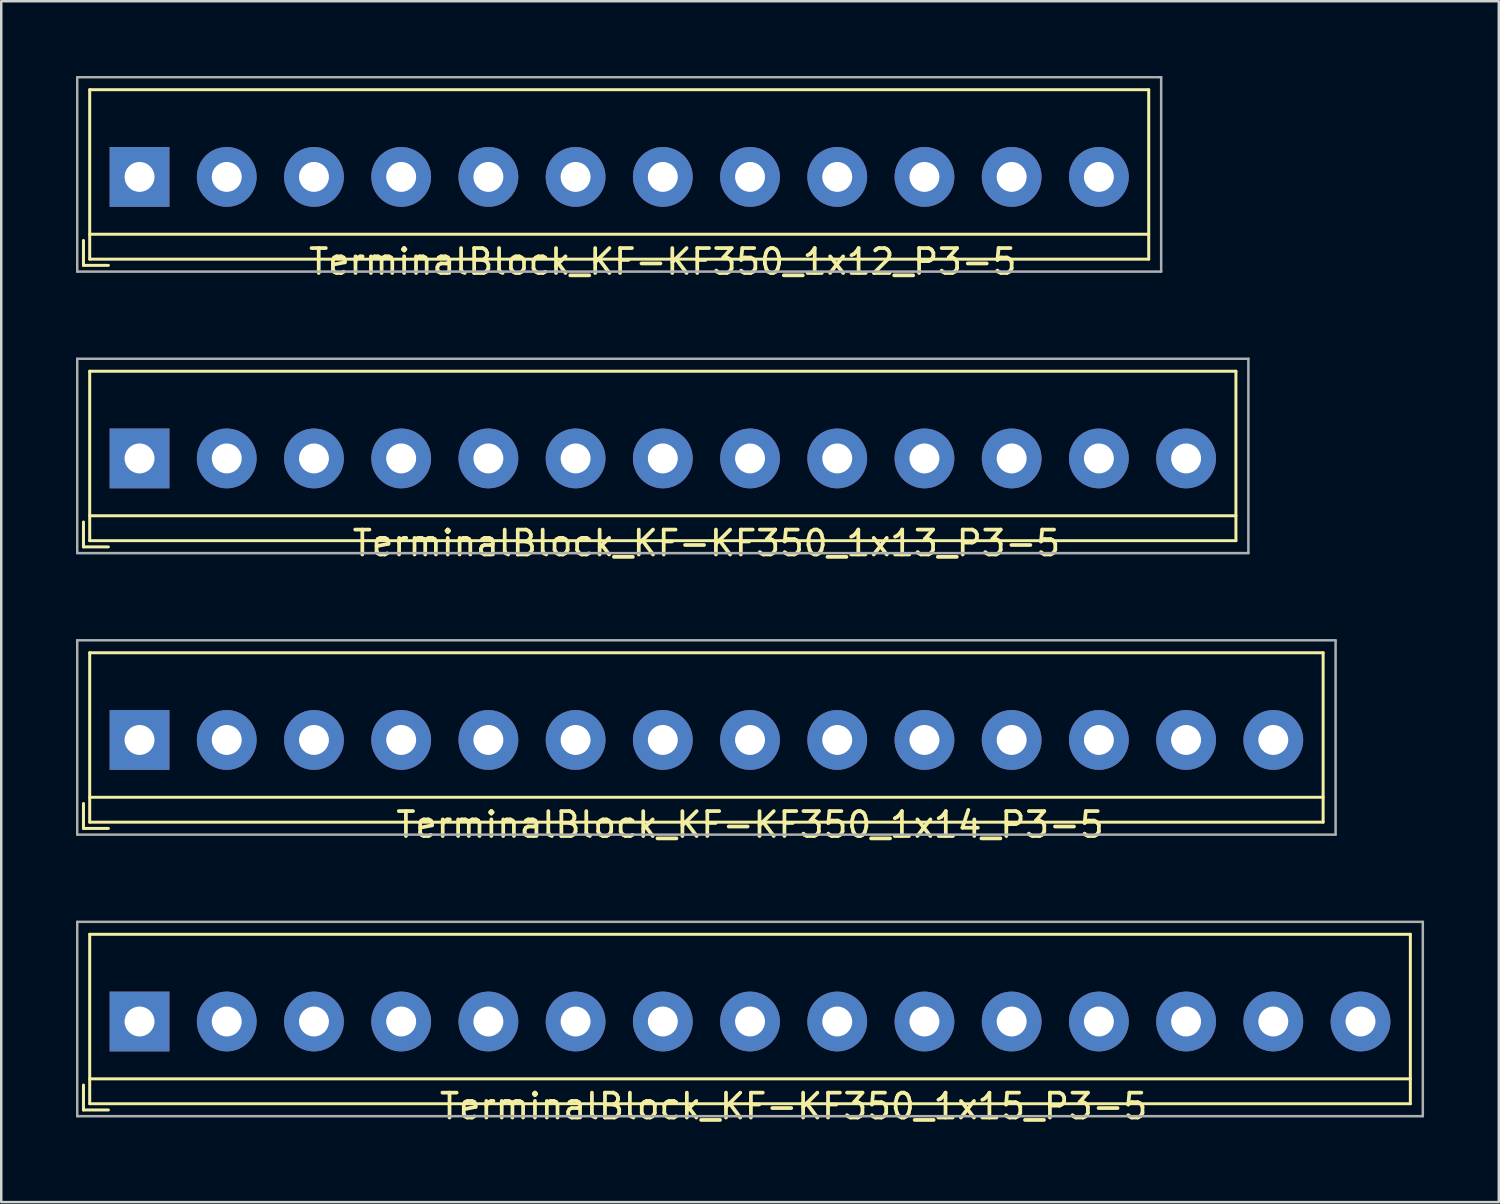
<source format=kicad_pcb>
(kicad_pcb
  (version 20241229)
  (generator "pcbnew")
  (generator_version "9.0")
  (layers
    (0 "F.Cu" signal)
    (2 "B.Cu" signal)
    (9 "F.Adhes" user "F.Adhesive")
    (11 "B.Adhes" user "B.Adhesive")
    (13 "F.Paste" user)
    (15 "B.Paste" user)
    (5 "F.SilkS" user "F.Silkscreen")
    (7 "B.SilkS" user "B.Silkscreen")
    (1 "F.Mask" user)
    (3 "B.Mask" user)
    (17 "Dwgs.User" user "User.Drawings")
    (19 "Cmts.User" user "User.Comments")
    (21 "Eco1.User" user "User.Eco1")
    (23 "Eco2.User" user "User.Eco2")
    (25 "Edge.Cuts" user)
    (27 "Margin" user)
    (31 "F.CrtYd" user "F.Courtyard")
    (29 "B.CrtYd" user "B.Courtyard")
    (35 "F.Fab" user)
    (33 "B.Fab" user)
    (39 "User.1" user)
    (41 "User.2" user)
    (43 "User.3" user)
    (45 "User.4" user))
  (footprint "TerminalBlock_KF-KF350_1x13_P3-5"
    (layer "F.Cu")
    (at 2.55 15.348)
    (property "Reference" "TerminalBlock_KF-KF350_1x13_P3-5" (at 22.75 3.4 0) (layer "F.SilkS") (effects (font (size 1 1) (thickness 0.15))))
    (attr through_hole)
    (fp_line (start -2.25 3.55) (end -2.25 2.55) (stroke (width 0.12) (type solid)) (layer "F.SilkS"))
    (fp_line (start -2.25 3.55) (end -1.25 3.55) (stroke (width 0.12) (type solid)) (layer "F.SilkS"))
    (fp_line (start -2 -3.5) (end 44 -3.5) (stroke (width 0.12) (type solid)) (layer "F.SilkS"))
    (fp_line (start -2 2.3) (end 44 2.3) (stroke (width 0.12) (type solid)) (layer "F.SilkS"))
    (fp_line (start -2 3.3) (end -2 -3.5) (stroke (width 0.12) (type solid)) (layer "F.SilkS"))
    (fp_line (start 44 3.3) (end -2 3.3) (stroke (width 0.12) (type solid)) (layer "F.SilkS"))
    (fp_line (start 44 3.3) (end 44 -3.5) (stroke (width 0.12) (type solid)) (layer "F.SilkS"))
    (fp_line (start -2.5 -4) (end 44.5 -4) (stroke (width 0.1) (type solid)) (layer "F.Fab"))
    (fp_line (start -2.5 3.8) (end -2.5 -4) (stroke (width 0.1) (type solid)) (layer "F.Fab"))
    (fp_line (start 44.5 3.8) (end -2.5 3.8) (stroke (width 0.1) (type solid)) (layer "F.Fab"))
    (fp_line (start 44.5 3.8) (end 44.5 -4) (stroke (width 0.1) (type solid)) (layer "F.Fab"))
    (pad "1" thru_hole rect (at 0 0) (size 2.4 2.4) (drill 1.2) (layers "*.Cu" "*.Mask"))
    (pad "2" thru_hole circle (at 3.5 0) (size 2.4 2.4) (drill 1.2) (layers "*.Cu" "*.Mask"))
    (pad "3" thru_hole circle (at 7 0) (size 2.4 2.4) (drill 1.2) (layers "*.Cu" "*.Mask"))
    (pad "4" thru_hole circle (at 10.5 0) (size 2.4 2.4) (drill 1.2) (layers "*.Cu" "*.Mask"))
    (pad "5" thru_hole circle (at 14 0) (size 2.4 2.4) (drill 1.2) (layers "*.Cu" "*.Mask"))
    (pad "6" thru_hole circle (at 17.5 0) (size 2.4 2.4) (drill 1.2) (layers "*.Cu" "*.Mask"))
    (pad "7" thru_hole circle (at 21 0) (size 2.4 2.4) (drill 1.2) (layers "*.Cu" "*.Mask"))
    (pad "8" thru_hole circle (at 24.5 0) (size 2.4 2.4) (drill 1.2) (layers "*.Cu" "*.Mask"))
    (pad "9" thru_hole circle (at 28 0) (size 2.4 2.4) (drill 1.2) (layers "*.Cu" "*.Mask"))
    (pad "10" thru_hole circle (at 31.5 0) (size 2.4 2.4) (drill 1.2) (layers "*.Cu" "*.Mask"))
    (pad "11" thru_hole circle (at 35 0) (size 2.4 2.4) (drill 1.2) (layers "*.Cu" "*.Mask"))
    (pad "12" thru_hole circle (at 38.5 0) (size 2.4 2.4) (drill 1.2) (layers "*.Cu" "*.Mask"))
    (pad "13" thru_hole circle (at 42 0) (size 2.4 2.4) (drill 1.2) (layers "*.Cu" "*.Mask")))
  (footprint "TerminalBlock_KF-KF350_1x12_P3-5"
    (layer "F.Cu")
    (at 2.55 4.05)
    (property "Reference" "TerminalBlock_KF-KF350_1x12_P3-5" (at 21 3.4 0) (layer "F.SilkS") (effects (font (size 1 1) (thickness 0.15))))
    (attr through_hole)
    (fp_line (start -2.25 3.55) (end -2.25 2.55) (stroke (width 0.12) (type solid)) (layer "F.SilkS"))
    (fp_line (start -2.25 3.55) (end -1.25 3.55) (stroke (width 0.12) (type solid)) (layer "F.SilkS"))
    (fp_line (start -2 -3.5) (end 40.5 -3.5) (stroke (width 0.12) (type solid)) (layer "F.SilkS"))
    (fp_line (start -2 2.3) (end 40.5 2.3) (stroke (width 0.12) (type solid)) (layer "F.SilkS"))
    (fp_line (start -2 3.3) (end -2 -3.5) (stroke (width 0.12) (type solid)) (layer "F.SilkS"))
    (fp_line (start 40.5 3.3) (end -2 3.3) (stroke (width 0.12) (type solid)) (layer "F.SilkS"))
    (fp_line (start 40.5 3.3) (end 40.5 -3.5) (stroke (width 0.12) (type solid)) (layer "F.SilkS"))
    (fp_line (start -2.5 -4) (end 41 -4) (stroke (width 0.1) (type solid)) (layer "F.Fab"))
    (fp_line (start -2.5 3.8) (end -2.5 -4) (stroke (width 0.1) (type solid)) (layer "F.Fab"))
    (fp_line (start 41 3.8) (end -2.5 3.8) (stroke (width 0.1) (type solid)) (layer "F.Fab"))
    (fp_line (start 41 3.8) (end 41 -4) (stroke (width 0.1) (type solid)) (layer "F.Fab"))
    (pad "1" thru_hole rect (at 0 0) (size 2.4 2.4) (drill 1.2) (layers "*.Cu" "*.Mask"))
    (pad "2" thru_hole circle (at 3.5 0) (size 2.4 2.4) (drill 1.2) (layers "*.Cu" "*.Mask"))
    (pad "3" thru_hole circle (at 7 0) (size 2.4 2.4) (drill 1.2) (layers "*.Cu" "*.Mask"))
    (pad "4" thru_hole circle (at 10.5 0) (size 2.4 2.4) (drill 1.2) (layers "*.Cu" "*.Mask"))
    (pad "5" thru_hole circle (at 14 0) (size 2.4 2.4) (drill 1.2) (layers "*.Cu" "*.Mask"))
    (pad "6" thru_hole circle (at 17.5 0) (size 2.4 2.4) (drill 1.2) (layers "*.Cu" "*.Mask"))
    (pad "7" thru_hole circle (at 21 0) (size 2.4 2.4) (drill 1.2) (layers "*.Cu" "*.Mask"))
    (pad "8" thru_hole circle (at 24.5 0) (size 2.4 2.4) (drill 1.2) (layers "*.Cu" "*.Mask"))
    (pad "9" thru_hole circle (at 28 0) (size 2.4 2.4) (drill 1.2) (layers "*.Cu" "*.Mask"))
    (pad "10" thru_hole circle (at 31.5 0) (size 2.4 2.4) (drill 1.2) (layers "*.Cu" "*.Mask"))
    (pad "11" thru_hole circle (at 35 0) (size 2.4 2.4) (drill 1.2) (layers "*.Cu" "*.Mask"))
    (pad "12" thru_hole circle (at 38.5 0) (size 2.4 2.4) (drill 1.2) (layers "*.Cu" "*.Mask")))
  (footprint "TerminalBlock_KF-KF350_1x15_P3-5"
    (layer "F.Cu")
    (at 2.55 37.945)
    (property "Reference" "TerminalBlock_KF-KF350_1x15_P3-5" (at 26.25 3.4 0) (layer "F.SilkS") (effects (font (size 1 1) (thickness 0.15))))
    (attr through_hole)
    (fp_line (start -2.25 3.55) (end -2.25 2.55) (stroke (width 0.12) (type solid)) (layer "F.SilkS"))
    (fp_line (start -2.25 3.55) (end -1.25 3.55) (stroke (width 0.12) (type solid)) (layer "F.SilkS"))
    (fp_line (start -2 -3.5) (end 51 -3.5) (stroke (width 0.12) (type solid)) (layer "F.SilkS"))
    (fp_line (start -2 2.3) (end 51 2.3) (stroke (width 0.12) (type solid)) (layer "F.SilkS"))
    (fp_line (start -2 3.3) (end -2 -3.5) (stroke (width 0.12) (type solid)) (layer "F.SilkS"))
    (fp_line (start 51 3.3) (end -2 3.3) (stroke (width 0.12) (type solid)) (layer "F.SilkS"))
    (fp_line (start 51 3.3) (end 51 -3.5) (stroke (width 0.12) (type solid)) (layer "F.SilkS"))
    (fp_line (start -2.5 -4) (end 51.5 -4) (stroke (width 0.1) (type solid)) (layer "F.Fab"))
    (fp_line (start -2.5 3.8) (end -2.5 -4) (stroke (width 0.1) (type solid)) (layer "F.Fab"))
    (fp_line (start 51.5 3.8) (end -2.5 3.8) (stroke (width 0.1) (type solid)) (layer "F.Fab"))
    (fp_line (start 51.5 3.8) (end 51.5 -4) (stroke (width 0.1) (type solid)) (layer "F.Fab"))
    (pad "1" thru_hole rect (at 0 0) (size 2.4 2.4) (drill 1.2) (layers "*.Cu" "*.Mask"))
    (pad "2" thru_hole circle (at 3.5 0) (size 2.4 2.4) (drill 1.2) (layers "*.Cu" "*.Mask"))
    (pad "3" thru_hole circle (at 7 0) (size 2.4 2.4) (drill 1.2) (layers "*.Cu" "*.Mask"))
    (pad "4" thru_hole circle (at 10.5 0) (size 2.4 2.4) (drill 1.2) (layers "*.Cu" "*.Mask"))
    (pad "5" thru_hole circle (at 14 0) (size 2.4 2.4) (drill 1.2) (layers "*.Cu" "*.Mask"))
    (pad "6" thru_hole circle (at 17.5 0) (size 2.4 2.4) (drill 1.2) (layers "*.Cu" "*.Mask"))
    (pad "7" thru_hole circle (at 21 0) (size 2.4 2.4) (drill 1.2) (layers "*.Cu" "*.Mask"))
    (pad "8" thru_hole circle (at 24.5 0) (size 2.4 2.4) (drill 1.2) (layers "*.Cu" "*.Mask"))
    (pad "9" thru_hole circle (at 28 0) (size 2.4 2.4) (drill 1.2) (layers "*.Cu" "*.Mask"))
    (pad "10" thru_hole circle (at 31.5 0) (size 2.4 2.4) (drill 1.2) (layers "*.Cu" "*.Mask"))
    (pad "11" thru_hole circle (at 35 0) (size 2.4 2.4) (drill 1.2) (layers "*.Cu" "*.Mask"))
    (pad "12" thru_hole circle (at 38.5 0) (size 2.4 2.4) (drill 1.2) (layers "*.Cu" "*.Mask"))
    (pad "13" thru_hole circle (at 42 0) (size 2.4 2.4) (drill 1.2) (layers "*.Cu" "*.Mask"))
    (pad "14" thru_hole circle (at 45.5 0) (size 2.4 2.4) (drill 1.2) (layers "*.Cu" "*.Mask"))
    (pad "15" thru_hole circle (at 49 0) (size 2.4 2.4) (drill 1.2) (layers "*.Cu" "*.Mask")))
  (footprint "TerminalBlock_KF-KF350_1x14_P3-5"
    (layer "F.Cu")
    (at 2.55 26.646)
    (property "Reference" "TerminalBlock_KF-KF350_1x14_P3-5" (at 24.5 3.4 0) (layer "F.SilkS") (effects (font (size 1 1) (thickness 0.15))))
    (attr through_hole)
    (fp_line (start -2.25 3.55) (end -2.25 2.55) (stroke (width 0.12) (type solid)) (layer "F.SilkS"))
    (fp_line (start -2.25 3.55) (end -1.25 3.55) (stroke (width 0.12) (type solid)) (layer "F.SilkS"))
    (fp_line (start -2 -3.5) (end 47.5 -3.5) (stroke (width 0.12) (type solid)) (layer "F.SilkS"))
    (fp_line (start -2 2.3) (end 47.5 2.3) (stroke (width 0.12) (type solid)) (layer "F.SilkS"))
    (fp_line (start -2 3.3) (end -2 -3.5) (stroke (width 0.12) (type solid)) (layer "F.SilkS"))
    (fp_line (start 47.5 3.3) (end -2 3.3) (stroke (width 0.12) (type solid)) (layer "F.SilkS"))
    (fp_line (start 47.5 3.3) (end 47.5 -3.5) (stroke (width 0.12) (type solid)) (layer "F.SilkS"))
    (fp_line (start -2.5 -4) (end 48 -4) (stroke (width 0.1) (type solid)) (layer "F.Fab"))
    (fp_line (start -2.5 3.8) (end -2.5 -4) (stroke (width 0.1) (type solid)) (layer "F.Fab"))
    (fp_line (start 48 3.8) (end -2.5 3.8) (stroke (width 0.1) (type solid)) (layer "F.Fab"))
    (fp_line (start 48 3.8) (end 48 -4) (stroke (width 0.1) (type solid)) (layer "F.Fab"))
    (pad "1" thru_hole rect (at 0 0) (size 2.4 2.4) (drill 1.2) (layers "*.Cu" "*.Mask"))
    (pad "2" thru_hole circle (at 3.5 0) (size 2.4 2.4) (drill 1.2) (layers "*.Cu" "*.Mask"))
    (pad "3" thru_hole circle (at 7 0) (size 2.4 2.4) (drill 1.2) (layers "*.Cu" "*.Mask"))
    (pad "4" thru_hole circle (at 10.5 0) (size 2.4 2.4) (drill 1.2) (layers "*.Cu" "*.Mask"))
    (pad "5" thru_hole circle (at 14 0) (size 2.4 2.4) (drill 1.2) (layers "*.Cu" "*.Mask"))
    (pad "6" thru_hole circle (at 17.5 0) (size 2.4 2.4) (drill 1.2) (layers "*.Cu" "*.Mask"))
    (pad "7" thru_hole circle (at 21 0) (size 2.4 2.4) (drill 1.2) (layers "*.Cu" "*.Mask"))
    (pad "8" thru_hole circle (at 24.5 0) (size 2.4 2.4) (drill 1.2) (layers "*.Cu" "*.Mask"))
    (pad "9" thru_hole circle (at 28 0) (size 2.4 2.4) (drill 1.2) (layers "*.Cu" "*.Mask"))
    (pad "10" thru_hole circle (at 31.5 0) (size 2.4 2.4) (drill 1.2) (layers "*.Cu" "*.Mask"))
    (pad "11" thru_hole circle (at 35 0) (size 2.4 2.4) (drill 1.2) (layers "*.Cu" "*.Mask"))
    (pad "12" thru_hole circle (at 38.5 0) (size 2.4 2.4) (drill 1.2) (layers "*.Cu" "*.Mask"))
    (pad "13" thru_hole circle (at 42 0) (size 2.4 2.4) (drill 1.2) (layers "*.Cu" "*.Mask"))
    (pad "14" thru_hole circle (at 45.5 0) (size 2.4 2.4) (drill 1.2) (layers "*.Cu" "*.Mask")))
  (gr_rect
    (start -3 -3)
    (end 57.1 45.193)
    (stroke (width 0.1) (type default))
    (fill no)
    (layer "Edge.Cuts")))
</source>
